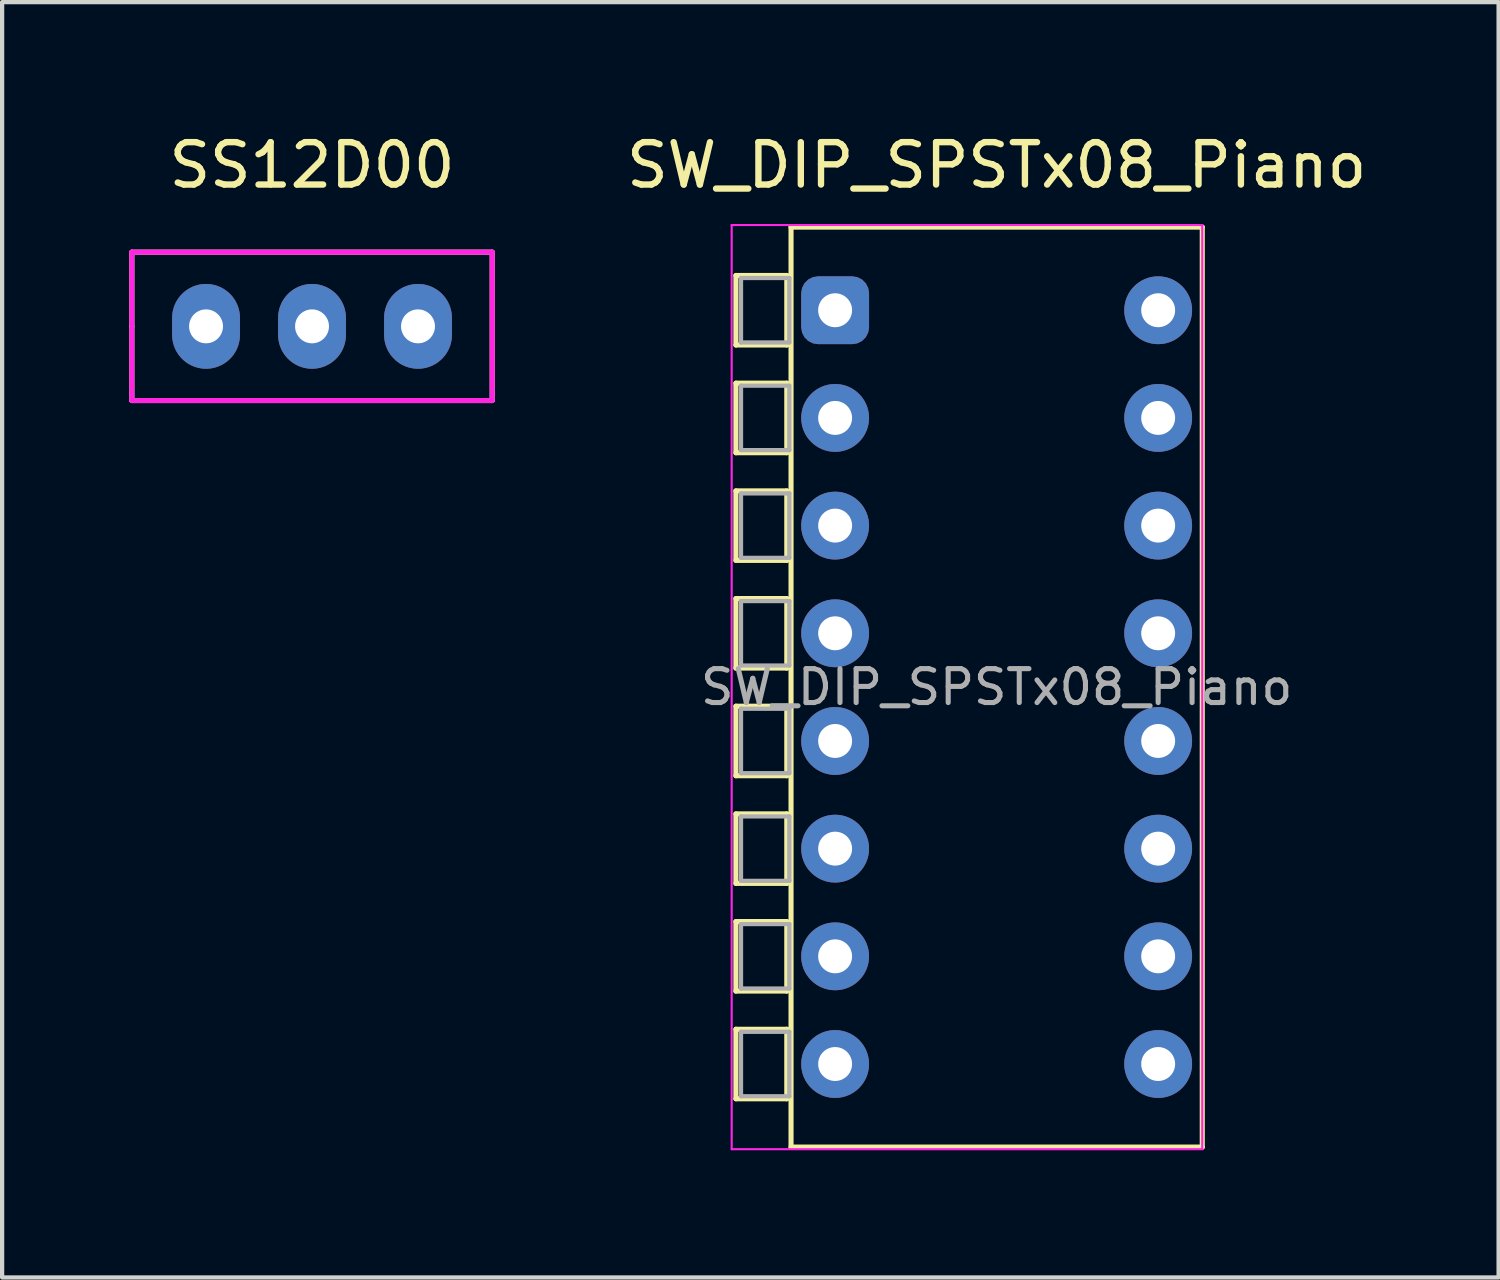
<source format=kicad_pcb>
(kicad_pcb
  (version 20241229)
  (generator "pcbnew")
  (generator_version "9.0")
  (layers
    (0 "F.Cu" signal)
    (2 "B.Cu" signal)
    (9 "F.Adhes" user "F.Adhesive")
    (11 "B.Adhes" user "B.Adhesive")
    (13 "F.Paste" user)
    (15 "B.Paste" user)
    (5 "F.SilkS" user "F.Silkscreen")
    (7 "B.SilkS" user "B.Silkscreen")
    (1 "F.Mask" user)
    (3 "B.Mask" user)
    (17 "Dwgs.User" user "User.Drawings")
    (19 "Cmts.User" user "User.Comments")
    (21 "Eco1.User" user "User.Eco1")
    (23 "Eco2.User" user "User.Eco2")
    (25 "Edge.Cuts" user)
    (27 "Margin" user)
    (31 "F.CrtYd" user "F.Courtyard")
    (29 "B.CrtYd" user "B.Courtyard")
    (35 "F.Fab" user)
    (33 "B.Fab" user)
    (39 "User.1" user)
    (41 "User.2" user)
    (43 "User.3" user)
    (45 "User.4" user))
  (footprint "SW_DIP_SPSTx08_Piano"
    (layer "F.Cu")
    (at 20.459 13.158)
    (property "Reference" "SW_DIP_SPSTx08_Piano" (at 0 -12.31 0) (layer "F.SilkS") (effects (font (size 1 1) (thickness 0.15))))
    (attr through_hole)
    (fp_line (start -6.15 -9.71) (end -6.15 -8.07) (stroke (width 0.12) (type solid)) (layer "F.SilkS"))
    (fp_line (start -6.15 -9.71) (end -4.95 -9.71) (stroke (width 0.12) (type solid)) (layer "F.SilkS"))
    (fp_line (start -6.15 -8.07) (end -4.95 -8.07) (stroke (width 0.12) (type solid)) (layer "F.SilkS"))
    (fp_line (start -6.15 -7.17) (end -6.15 -5.529) (stroke (width 0.12) (type solid)) (layer "F.SilkS"))
    (fp_line (start -6.15 -7.17) (end -4.95 -7.17) (stroke (width 0.12) (type solid)) (layer "F.SilkS"))
    (fp_line (start -6.15 -5.529) (end -4.95 -5.529) (stroke (width 0.12) (type solid)) (layer "F.SilkS"))
    (fp_line (start -6.15 -4.629) (end -6.15 -2.99) (stroke (width 0.12) (type solid)) (layer "F.SilkS"))
    (fp_line (start -6.15 -4.629) (end -4.95 -4.629) (stroke (width 0.12) (type solid)) (layer "F.SilkS"))
    (fp_line (start -6.15 -2.99) (end -4.95 -2.99) (stroke (width 0.12) (type solid)) (layer "F.SilkS"))
    (fp_line (start -6.15 -2.089) (end -6.15 -0.449) (stroke (width 0.12) (type solid)) (layer "F.SilkS"))
    (fp_line (start -6.15 -2.089) (end -4.95 -2.089) (stroke (width 0.12) (type solid)) (layer "F.SilkS"))
    (fp_line (start -6.15 -0.449) (end -4.95 -0.449) (stroke (width 0.12) (type solid)) (layer "F.SilkS"))
    (fp_line (start -6.15 0.45) (end -6.15 2.09) (stroke (width 0.12) (type solid)) (layer "F.SilkS"))
    (fp_line (start -6.15 0.45) (end -4.95 0.45) (stroke (width 0.12) (type solid)) (layer "F.SilkS"))
    (fp_line (start -6.15 2.09) (end -4.95 2.09) (stroke (width 0.12) (type solid)) (layer "F.SilkS"))
    (fp_line (start -6.15 2.99) (end -6.15 4.63) (stroke (width 0.12) (type solid)) (layer "F.SilkS"))
    (fp_line (start -6.15 2.99) (end -4.95 2.99) (stroke (width 0.12) (type solid)) (layer "F.SilkS"))
    (fp_line (start -6.15 4.63) (end -4.95 4.63) (stroke (width 0.12) (type solid)) (layer "F.SilkS"))
    (fp_line (start -6.15 5.53) (end -6.15 7.17) (stroke (width 0.12) (type solid)) (layer "F.SilkS"))
    (fp_line (start -6.15 5.53) (end -4.95 5.53) (stroke (width 0.12) (type solid)) (layer "F.SilkS"))
    (fp_line (start -6.15 7.17) (end -4.95 7.17) (stroke (width 0.12) (type solid)) (layer "F.SilkS"))
    (fp_line (start -6.15 8.07) (end -6.15 9.71) (stroke (width 0.12) (type solid)) (layer "F.SilkS"))
    (fp_line (start -6.15 8.07) (end -4.95 8.07) (stroke (width 0.12) (type solid)) (layer "F.SilkS"))
    (fp_line (start -6.15 9.71) (end -4.95 9.71) (stroke (width 0.12) (type solid)) (layer "F.SilkS"))
    (fp_line (start -4.95 -9.71) (end -4.95 -8.07) (stroke (width 0.12) (type solid)) (layer "F.SilkS"))
    (fp_line (start -4.95 -7.17) (end -4.95 -5.529) (stroke (width 0.12) (type solid)) (layer "F.SilkS"))
    (fp_line (start -4.95 -4.629) (end -4.95 -2.99) (stroke (width 0.12) (type solid)) (layer "F.SilkS"))
    (fp_line (start -4.95 -2.089) (end -4.95 -0.449) (stroke (width 0.12) (type solid)) (layer "F.SilkS"))
    (fp_line (start -4.95 0.45) (end -4.95 2.09) (stroke (width 0.12) (type solid)) (layer "F.SilkS"))
    (fp_line (start -4.95 2.99) (end -4.95 4.63) (stroke (width 0.12) (type solid)) (layer "F.SilkS"))
    (fp_line (start -4.95 5.53) (end -4.95 7.17) (stroke (width 0.12) (type solid)) (layer "F.SilkS"))
    (fp_line (start -4.95 8.07) (end -4.95 9.71) (stroke (width 0.12) (type solid)) (layer "F.SilkS"))
    (fp_line (start -4.85 -10.85) (end -4.85 10.85) (stroke (width 0.12) (type solid)) (layer "F.SilkS"))
    (fp_line (start -4.85 -10.85) (end 4.85 -10.85) (stroke (width 0.12) (type solid)) (layer "F.SilkS"))
    (fp_line (start -4.85 10.85) (end 4.85 10.85) (stroke (width 0.12) (type solid)) (layer "F.SilkS"))
    (fp_line (start 4.85 -10.85) (end 4.85 10.85) (stroke (width 0.12) (type solid)) (layer "F.SilkS"))
    (fp_line (start -6.25 -10.9) (end -6.25 10.9) (stroke (width 0.05) (type solid)) (layer "F.CrtYd"))
    (fp_line (start -6.25 10.9) (end 4.85 10.9) (stroke (width 0.05) (type solid)) (layer "F.CrtYd"))
    (fp_line (start 4.85 -10.9) (end -6.25 -10.9) (stroke (width 0.05) (type solid)) (layer "F.CrtYd"))
    (fp_line (start 4.85 10.9) (end 4.85 -10.9) (stroke (width 0.05) (type solid)) (layer "F.CrtYd"))
    (fp_line (start -6.03 -9.65) (end -4.89 -9.65) (stroke (width 0.1) (type solid)) (layer "F.Fab"))
    (fp_line (start -6.03 -8.13) (end -6.03 -9.65) (stroke (width 0.1) (type solid)) (layer "F.Fab"))
    (fp_line (start -6.03 -7.11) (end -4.89 -7.11) (stroke (width 0.1) (type solid)) (layer "F.Fab"))
    (fp_line (start -6.03 -5.59) (end -6.03 -7.11) (stroke (width 0.1) (type solid)) (layer "F.Fab"))
    (fp_line (start -6.03 -4.57) (end -4.89 -4.57) (stroke (width 0.1) (type solid)) (layer "F.Fab"))
    (fp_line (start -6.03 -3.05) (end -6.03 -4.57) (stroke (width 0.1) (type solid)) (layer "F.Fab"))
    (fp_line (start -6.03 -2.03) (end -4.89 -2.03) (stroke (width 0.1) (type solid)) (layer "F.Fab"))
    (fp_line (start -6.03 -0.51) (end -6.03 -2.03) (stroke (width 0.1) (type solid)) (layer "F.Fab"))
    (fp_line (start -6.03 0.51) (end -4.89 0.51) (stroke (width 0.1) (type solid)) (layer "F.Fab"))
    (fp_line (start -6.03 2.03) (end -6.03 0.51) (stroke (width 0.1) (type solid)) (layer "F.Fab"))
    (fp_line (start -6.03 3.05) (end -4.89 3.05) (stroke (width 0.1) (type solid)) (layer "F.Fab"))
    (fp_line (start -6.03 4.57) (end -6.03 3.05) (stroke (width 0.1) (type solid)) (layer "F.Fab"))
    (fp_line (start -6.03 5.59) (end -4.89 5.59) (stroke (width 0.1) (type solid)) (layer "F.Fab"))
    (fp_line (start -6.03 7.11) (end -6.03 5.59) (stroke (width 0.1) (type solid)) (layer "F.Fab"))
    (fp_line (start -6.03 8.13) (end -4.89 8.13) (stroke (width 0.1) (type solid)) (layer "F.Fab"))
    (fp_line (start -6.03 9.65) (end -6.03 8.13) (stroke (width 0.1) (type solid)) (layer "F.Fab"))
    (fp_line (start -4.89 -9.65) (end -4.89 -8.13) (stroke (width 0.1) (type solid)) (layer "F.Fab"))
    (fp_line (start -4.89 -8.13) (end -6.03 -8.13) (stroke (width 0.1) (type solid)) (layer "F.Fab"))
    (fp_line (start -4.89 -7.11) (end -4.89 -5.59) (stroke (width 0.1) (type solid)) (layer "F.Fab"))
    (fp_line (start -4.89 -5.59) (end -6.03 -5.59) (stroke (width 0.1) (type solid)) (layer "F.Fab"))
    (fp_line (start -4.89 -4.57) (end -4.89 -3.05) (stroke (width 0.1) (type solid)) (layer "F.Fab"))
    (fp_line (start -4.89 -3.05) (end -6.03 -3.05) (stroke (width 0.1) (type solid)) (layer "F.Fab"))
    (fp_line (start -4.89 -2.03) (end -4.89 -0.51) (stroke (width 0.1) (type solid)) (layer "F.Fab"))
    (fp_line (start -4.89 -0.51) (end -6.03 -0.51) (stroke (width 0.1) (type solid)) (layer "F.Fab"))
    (fp_line (start -4.89 0.51) (end -4.89 2.03) (stroke (width 0.1) (type solid)) (layer "F.Fab"))
    (fp_line (start -4.89 2.03) (end -6.03 2.03) (stroke (width 0.1) (type solid)) (layer "F.Fab"))
    (fp_line (start -4.89 3.05) (end -4.89 4.57) (stroke (width 0.1) (type solid)) (layer "F.Fab"))
    (fp_line (start -4.89 4.57) (end -6.03 4.57) (stroke (width 0.1) (type solid)) (layer "F.Fab"))
    (fp_line (start -4.89 5.59) (end -4.89 7.11) (stroke (width 0.1) (type solid)) (layer "F.Fab"))
    (fp_line (start -4.89 7.11) (end -6.03 7.11) (stroke (width 0.1) (type solid)) (layer "F.Fab"))
    (fp_line (start -4.89 8.13) (end -4.89 9.65) (stroke (width 0.1) (type solid)) (layer "F.Fab"))
    (fp_line (start -4.89 9.65) (end -6.03 9.65) (stroke (width 0.1) (type solid)) (layer "F.Fab"))
    (fp_text user "${REFERENCE}" (at 0 0 0) (layer "F.Fab") (effects (font (size 0.8 0.8) (thickness 0.12))))
    (pad "1" thru_hole roundrect (at -3.81 -8.89) (size 1.6 1.6) (drill 0.8) (layers "*.Cu" "*.Mask") (roundrect_rratio 0.25))
    (pad "2" thru_hole oval (at -3.81 -6.35) (size 1.6 1.6) (drill 0.8) (layers "*.Cu" "*.Mask"))
    (pad "3" thru_hole oval (at -3.81 -3.81) (size 1.6 1.6) (drill 0.8) (layers "*.Cu" "*.Mask"))
    (pad "4" thru_hole oval (at -3.81 -1.27) (size 1.6 1.6) (drill 0.8) (layers "*.Cu" "*.Mask"))
    (pad "5" thru_hole oval (at -3.81 1.27) (size 1.6 1.6) (drill 0.8) (layers "*.Cu" "*.Mask"))
    (pad "6" thru_hole oval (at -3.81 3.81) (size 1.6 1.6) (drill 0.8) (layers "*.Cu" "*.Mask"))
    (pad "7" thru_hole oval (at -3.81 6.35) (size 1.6 1.6) (drill 0.8) (layers "*.Cu" "*.Mask"))
    (pad "8" thru_hole oval (at -3.81 8.89) (size 1.6 1.6) (drill 0.8) (layers "*.Cu" "*.Mask"))
    (pad "9" thru_hole oval (at 3.81 8.89) (size 1.6 1.6) (drill 0.8) (layers "*.Cu" "*.Mask"))
    (pad "10" thru_hole oval (at 3.81 6.35) (size 1.6 1.6) (drill 0.8) (layers "*.Cu" "*.Mask"))
    (pad "11" thru_hole oval (at 3.81 3.81) (size 1.6 1.6) (drill 0.8) (layers "*.Cu" "*.Mask"))
    (pad "12" thru_hole oval (at 3.81 1.27) (size 1.6 1.6) (drill 0.8) (layers "*.Cu" "*.Mask"))
    (pad "13" thru_hole oval (at 3.81 -1.27) (size 1.6 1.6) (drill 0.8) (layers "*.Cu" "*.Mask"))
    (pad "14" thru_hole oval (at 3.81 -3.81) (size 1.6 1.6) (drill 0.8) (layers "*.Cu" "*.Mask"))
    (pad "15" thru_hole oval (at 3.81 -6.35) (size 1.6 1.6) (drill 0.8) (layers "*.Cu" "*.Mask"))
    (pad "16" thru_hole oval (at 3.81 -8.89) (size 1.6 1.6) (drill 0.8) (layers "*.Cu" "*.Mask")))
  (footprint "SS12D00"
    (layer "F.Cu")
    (at 4.31 4.648)
    (property "Reference" "SS12D00" (at 0 -3.8 0) (layer "F.SilkS") (effects (font (size 1 1) (thickness 0.15))))
    (attr through_hole)
    (fp_line (start -4.25 -1.75) (end 4.25 -1.75) (stroke (width 0.12) (type solid)) (layer "F.SilkS"))
    (fp_line (start -4.25 0) (end -4.25 -1.75) (stroke (width 0.12) (type solid)) (layer "F.SilkS"))
    (fp_line (start -4.25 1.75) (end -4.25 0) (stroke (width 0.12) (type solid)) (layer "F.SilkS"))
    (fp_line (start 4.25 -1.75) (end 4.25 1.75) (stroke (width 0.12) (type solid)) (layer "F.SilkS"))
    (fp_line (start 4.25 1.75) (end -4.25 1.75) (stroke (width 0.12) (type solid)) (layer "F.SilkS"))
    (fp_line (start -4.25 -1.75) (end 4.25 -1.75) (stroke (width 0.12) (type solid)) (layer "F.CrtYd"))
    (fp_line (start -4.25 1.75) (end -4.25 -1.75) (stroke (width 0.12) (type solid)) (layer "F.CrtYd"))
    (fp_line (start 4.25 -1.75) (end 4.25 1.75) (stroke (width 0.12) (type solid)) (layer "F.CrtYd"))
    (fp_line (start 4.25 1.75) (end -4.25 1.75) (stroke (width 0.12) (type solid)) (layer "F.CrtYd"))
    (pad "1" thru_hole oval (at -2.5 0) (size 1.6 2) (drill 0.8) (layers "*.Cu" "*.Mask"))
    (pad "2" thru_hole oval (at 0 0) (size 1.6 2) (drill 0.8) (layers "*.Cu" "*.Mask"))
    (pad "3" thru_hole oval (at 2.5 0) (size 1.6 2) (drill 0.8) (layers "*.Cu" "*.Mask")))
  (gr_rect
    (start -3 -3)
    (end 32.299 27.083)
    (stroke (width 0.1) (type default))
    (fill no)
    (layer "Edge.Cuts")))
</source>
